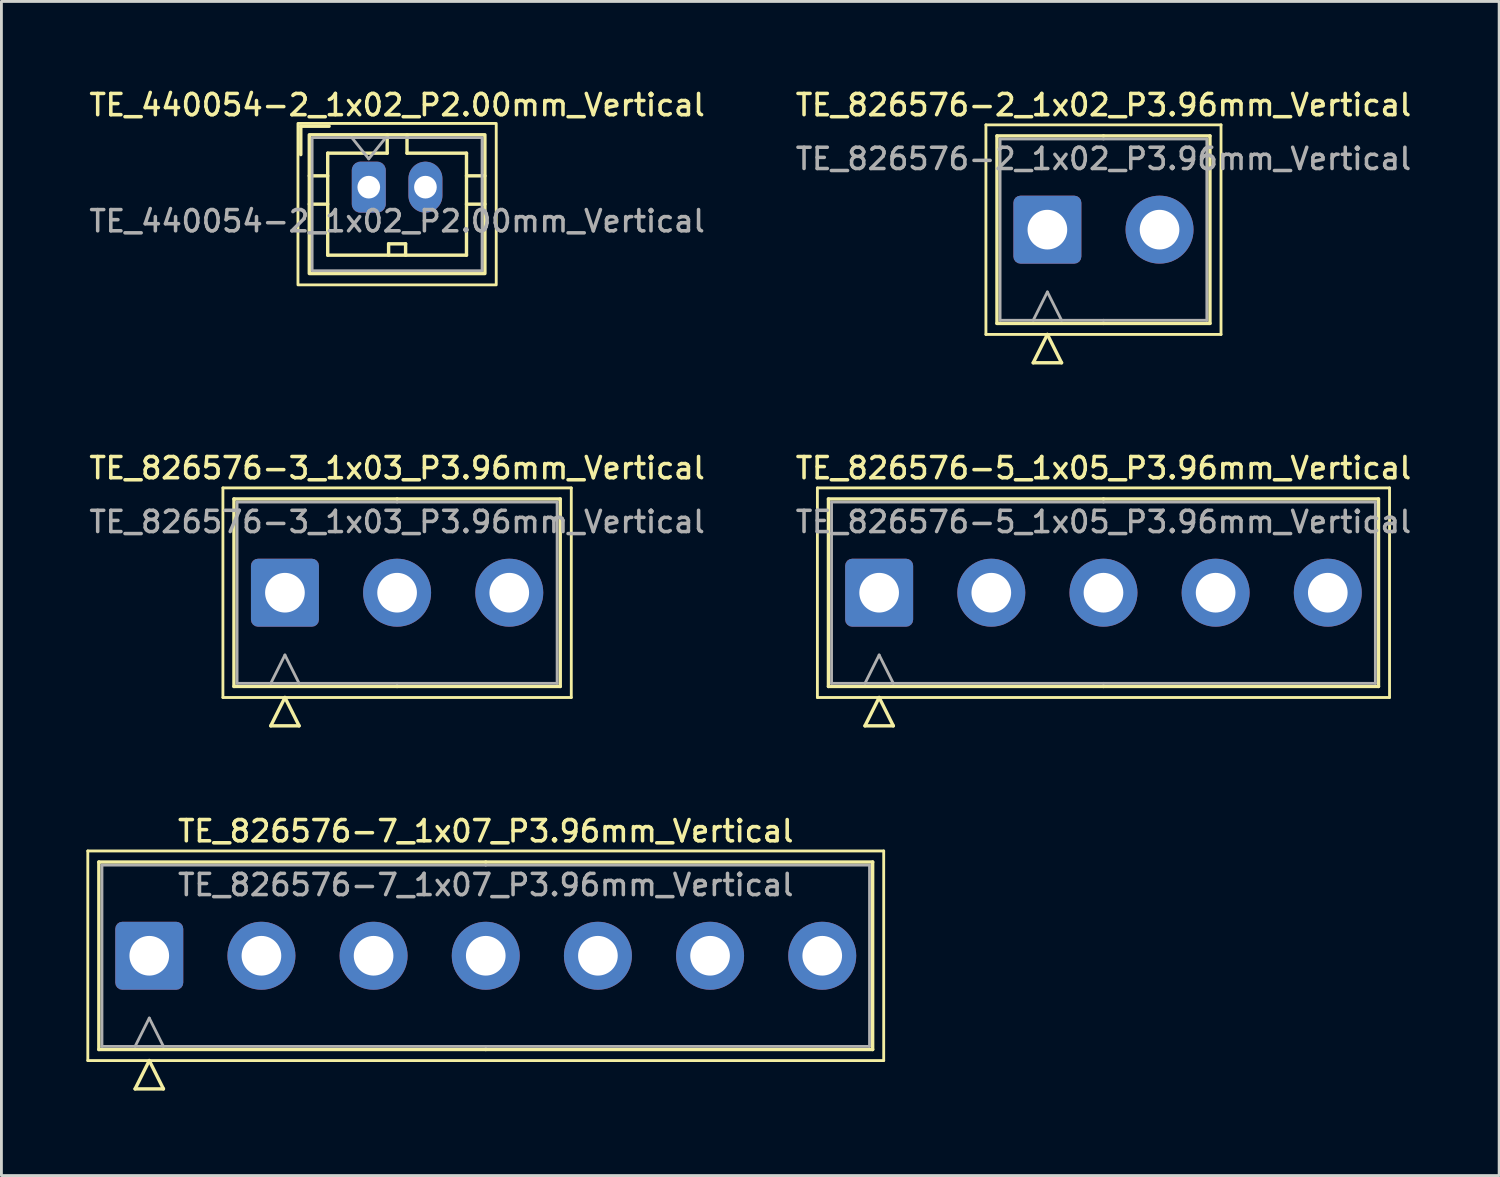
<source format=kicad_pcb>
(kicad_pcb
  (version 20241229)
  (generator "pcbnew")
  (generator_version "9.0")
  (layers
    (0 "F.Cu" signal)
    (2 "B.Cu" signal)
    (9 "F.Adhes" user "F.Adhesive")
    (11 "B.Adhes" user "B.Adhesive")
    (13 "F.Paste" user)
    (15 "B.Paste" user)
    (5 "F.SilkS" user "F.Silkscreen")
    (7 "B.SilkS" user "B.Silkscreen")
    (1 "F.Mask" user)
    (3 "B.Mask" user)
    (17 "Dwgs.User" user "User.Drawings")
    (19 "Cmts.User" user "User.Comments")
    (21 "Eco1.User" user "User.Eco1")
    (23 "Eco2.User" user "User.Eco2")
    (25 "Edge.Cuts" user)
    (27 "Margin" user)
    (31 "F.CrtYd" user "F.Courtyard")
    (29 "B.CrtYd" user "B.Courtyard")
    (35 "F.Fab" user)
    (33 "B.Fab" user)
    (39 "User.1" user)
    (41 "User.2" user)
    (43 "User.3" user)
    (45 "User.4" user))
  (footprint "TE_826576-3_1x03_P3.96mm_Vertical"
    (layer "F.Cu")
    (at 7.01 17.876)
    (property "Reference" "TE_826576-3_1x03_P3.96mm_Vertical" (at 3.96 -4.4 0) (layer "F.SilkS") (effects (font (size 0.75 0.75) (thickness 0.125))))
    (attr through_hole)
    (fp_line (start -2.19 -3.7) (end -2.19 3.7) (stroke (width 0.1) (type solid)) (layer "F.SilkS"))
    (fp_line (start -2.19 3.7) (end 10.11 3.7) (stroke (width 0.1) (type solid)) (layer "F.SilkS"))
    (fp_line (start -1.8 -3.31) (end -1.8 3.31) (stroke (width 0.12) (type solid)) (layer "F.SilkS"))
    (fp_line (start -1.8 3.31) (end 3.96 3.31) (stroke (width 0.12) (type solid)) (layer "F.SilkS"))
    (fp_line (start -0.5 4.7) (end 0 3.7) (stroke (width 0.12) (type solid)) (layer "F.SilkS"))
    (fp_line (start 0 3.7) (end 0.5 4.7) (stroke (width 0.12) (type solid)) (layer "F.SilkS"))
    (fp_line (start 0.5 4.7) (end -0.5 4.7) (stroke (width 0.12) (type solid)) (layer "F.SilkS"))
    (fp_line (start 3.96 -3.31) (end -1.8 -3.31) (stroke (width 0.12) (type solid)) (layer "F.SilkS"))
    (fp_line (start 3.96 -3.31) (end 9.72 -3.31) (stroke (width 0.12) (type solid)) (layer "F.SilkS"))
    (fp_line (start 9.72 -3.31) (end 9.72 3.31) (stroke (width 0.12) (type solid)) (layer "F.SilkS"))
    (fp_line (start 9.72 3.31) (end 3.96 3.31) (stroke (width 0.12) (type solid)) (layer "F.SilkS"))
    (fp_line (start 10.11 -3.7) (end -2.19 -3.7) (stroke (width 0.1) (type solid)) (layer "F.SilkS"))
    (fp_line (start 10.11 3.7) (end 10.11 -3.7) (stroke (width 0.1) (type solid)) (layer "F.SilkS"))
    (fp_line (start -1.69 -3.2) (end -1.69 3.2) (stroke (width 0.1) (type solid)) (layer "F.Fab"))
    (fp_line (start -1.69 3.2) (end 3.96 3.2) (stroke (width 0.1) (type solid)) (layer "F.Fab"))
    (fp_line (start -0.5 3.2) (end 0 2.2) (stroke (width 0.1) (type solid)) (layer "F.Fab"))
    (fp_line (start 0 2.2) (end 0.5 3.2) (stroke (width 0.1) (type solid)) (layer "F.Fab"))
    (fp_line (start 3.96 -3.2) (end -1.69 -3.2) (stroke (width 0.1) (type solid)) (layer "F.Fab"))
    (fp_line (start 3.96 -3.2) (end 9.61 -3.2) (stroke (width 0.1) (type solid)) (layer "F.Fab"))
    (fp_line (start 9.61 -3.2) (end 9.61 3.2) (stroke (width 0.1) (type solid)) (layer "F.Fab"))
    (fp_line (start 9.61 3.2) (end 3.96 3.2) (stroke (width 0.1) (type solid)) (layer "F.Fab"))
    (fp_text user "${REFERENCE}" (at 3.96 -2.5 0) (layer "F.Fab") (effects (font (size 0.75 0.75) (thickness 0.125))))
    (pad "1" thru_hole roundrect (at 0 0) (size 2.4 2.4) (drill 1.4) (layers "*.Cu" "*.Mask") (roundrect_rratio 0.104))
    (pad "2" thru_hole circle (at 3.96 0) (size 2.4 2.4) (drill 1.4) (layers "*.Cu" "*.Mask"))
    (pad "3" thru_hole circle (at 7.92 0) (size 2.4 2.4) (drill 1.4) (layers "*.Cu" "*.Mask")))
  (footprint "TE_440054-2_1x02_P2.00mm_Vertical"
    (layer "F.Cu")
    (at 9.97 3.558)
    (property "Reference" "TE_440054-2_1x02_P2.00mm_Vertical" (at 1 -2.9 0) (unlocked yes) (layer "F.SilkS") (effects (font (size 0.75 0.75) (thickness 0.125))))
    (attr through_hole)
    (fp_line (start -2.4 -2.15) (end -2.4 -1.15) (stroke (width 0.12) (type solid)) (layer "F.SilkS"))
    (fp_line (start -2.4 -2.15) (end -1.4 -2.15) (stroke (width 0.12) (type solid)) (layer "F.SilkS"))
    (fp_line (start -2.1 -0.4) (end -1.45 -0.4) (stroke (width 0.12) (type solid)) (layer "F.SilkS"))
    (fp_line (start -2.1 0.6) (end -1.45 0.6) (stroke (width 0.12) (type solid)) (layer "F.SilkS"))
    (fp_line (start -1.45 -1.2) (end 0.65 -1.2) (stroke (width 0.12) (type solid)) (layer "F.SilkS"))
    (fp_line (start -1.45 2.4) (end -1.45 -1.2) (stroke (width 0.12) (type solid)) (layer "F.SilkS"))
    (fp_line (start 0.65 -1.85) (end 0.65 -1.2) (stroke (width 0.12) (type solid)) (layer "F.SilkS"))
    (fp_line (start 0.7 2) (end 1.3 2) (stroke (width 0.12) (type solid)) (layer "F.SilkS"))
    (fp_line (start 0.7 2.4) (end 0.7 2) (stroke (width 0.12) (type solid)) (layer "F.SilkS"))
    (fp_line (start 1.3 2) (end 1.3 2.4) (stroke (width 0.12) (type solid)) (layer "F.SilkS"))
    (fp_line (start 1.35 -1.85) (end 1.35 -1.2) (stroke (width 0.12) (type solid)) (layer "F.SilkS"))
    (fp_line (start 3.45 -1.2) (end 1.35 -1.2) (stroke (width 0.12) (type solid)) (layer "F.SilkS"))
    (fp_line (start 3.45 -1.2) (end 3.45 2.4) (stroke (width 0.12) (type solid)) (layer "F.SilkS"))
    (fp_line (start 3.45 -0.4) (end 4.1 -0.4) (stroke (width 0.12) (type solid)) (layer "F.SilkS"))
    (fp_line (start 3.45 0.6) (end 4.1 0.6) (stroke (width 0.12) (type solid)) (layer "F.SilkS"))
    (fp_line (start 3.45 2.4) (end -1.45 2.4) (stroke (width 0.12) (type solid)) (layer "F.SilkS"))
    (fp_rect (start -2.5 -2.25) (end 4.5 3.45) (stroke (width 0.1) (type solid)) (fill no) (layer "F.SilkS"))
    (fp_rect (start -2.1 -1.85) (end 4.1 3.05) (stroke (width 0.12) (type solid)) (fill no) (layer "F.SilkS"))
    (fp_line (start 0 -1) (end -0.6 -1.75) (stroke (width 0.1) (type solid)) (layer "F.Fab"))
    (fp_line (start 0.6 -1.75) (end 0 -1) (stroke (width 0.1) (type solid)) (layer "F.Fab"))
    (fp_rect (start -2 -1.75) (end 4 2.95) (stroke (width 0.1) (type solid)) (fill no) (layer "F.Fab"))
    (fp_text user "${REFERENCE}" (at 1 1.2 0) (unlocked yes) (layer "F.Fab") (effects (font (size 0.75 0.75) (thickness 0.125))))
    (pad "1" thru_hole roundrect (at 0 0) (size 1.2 1.8) (drill 0.8) (layers "*.Cu" "*.Mask") (roundrect_rratio 0.25))
    (pad "2" thru_hole oval (at 2 0) (size 1.2 1.8) (drill 0.8) (layers "*.Cu" "*.Mask")))
  (footprint "TE_826576-7_1x07_P3.96mm_Vertical"
    (layer "F.Cu")
    (at 2.22 30.694)
    (property "Reference" "TE_826576-7_1x07_P3.96mm_Vertical" (at 11.88 -4.4 0) (layer "F.SilkS") (effects (font (size 0.75 0.75) (thickness 0.125))))
    (attr through_hole)
    (fp_line (start -2.17 -3.7) (end -2.17 3.7) (stroke (width 0.1) (type solid)) (layer "F.SilkS"))
    (fp_line (start -2.17 3.7) (end 25.93 3.7) (stroke (width 0.1) (type solid)) (layer "F.SilkS"))
    (fp_line (start -1.78 -3.31) (end -1.78 3.31) (stroke (width 0.12) (type solid)) (layer "F.SilkS"))
    (fp_line (start -1.78 3.31) (end 11.88 3.31) (stroke (width 0.12) (type solid)) (layer "F.SilkS"))
    (fp_line (start -0.5 4.7) (end 0 3.7) (stroke (width 0.12) (type solid)) (layer "F.SilkS"))
    (fp_line (start 0 3.7) (end 0.5 4.7) (stroke (width 0.12) (type solid)) (layer "F.SilkS"))
    (fp_line (start 0.5 4.7) (end -0.5 4.7) (stroke (width 0.12) (type solid)) (layer "F.SilkS"))
    (fp_line (start 11.88 -3.31) (end -1.78 -3.31) (stroke (width 0.12) (type solid)) (layer "F.SilkS"))
    (fp_line (start 11.88 -3.31) (end 25.54 -3.31) (stroke (width 0.12) (type solid)) (layer "F.SilkS"))
    (fp_line (start 25.54 -3.31) (end 25.54 3.31) (stroke (width 0.12) (type solid)) (layer "F.SilkS"))
    (fp_line (start 25.54 3.31) (end 11.88 3.31) (stroke (width 0.12) (type solid)) (layer "F.SilkS"))
    (fp_line (start 25.93 -3.7) (end -2.17 -3.7) (stroke (width 0.1) (type solid)) (layer "F.SilkS"))
    (fp_line (start 25.93 3.7) (end 25.93 -3.7) (stroke (width 0.1) (type solid)) (layer "F.SilkS"))
    (fp_line (start -1.67 -3.2) (end -1.67 3.2) (stroke (width 0.1) (type solid)) (layer "F.Fab"))
    (fp_line (start -1.67 3.2) (end 11.88 3.2) (stroke (width 0.1) (type solid)) (layer "F.Fab"))
    (fp_line (start -0.5 3.2) (end 0 2.2) (stroke (width 0.1) (type solid)) (layer "F.Fab"))
    (fp_line (start 0 2.2) (end 0.5 3.2) (stroke (width 0.1) (type solid)) (layer "F.Fab"))
    (fp_line (start 11.88 -3.2) (end -1.67 -3.2) (stroke (width 0.1) (type solid)) (layer "F.Fab"))
    (fp_line (start 11.88 -3.2) (end 25.43 -3.2) (stroke (width 0.1) (type solid)) (layer "F.Fab"))
    (fp_line (start 25.43 -3.2) (end 25.43 3.2) (stroke (width 0.1) (type solid)) (layer "F.Fab"))
    (fp_line (start 25.43 3.2) (end 11.88 3.2) (stroke (width 0.1) (type solid)) (layer "F.Fab"))
    (fp_text user "${REFERENCE}" (at 11.88 -2.5 0) (layer "F.Fab") (effects (font (size 0.75 0.75) (thickness 0.125))))
    (pad "1" thru_hole roundrect (at 0 0) (size 2.4 2.4) (drill 1.4) (layers "*.Cu" "*.Mask") (roundrect_rratio 0.104))
    (pad "2" thru_hole circle (at 3.96 0) (size 2.4 2.4) (drill 1.4) (layers "*.Cu" "*.Mask"))
    (pad "3" thru_hole circle (at 7.92 0) (size 2.4 2.4) (drill 1.4) (layers "*.Cu" "*.Mask"))
    (pad "4" thru_hole circle (at 11.88 0) (size 2.4 2.4) (drill 1.4) (layers "*.Cu" "*.Mask"))
    (pad "5" thru_hole circle (at 15.84 0) (size 2.4 2.4) (drill 1.4) (layers "*.Cu" "*.Mask"))
    (pad "6" thru_hole circle (at 19.8 0) (size 2.4 2.4) (drill 1.4) (layers "*.Cu" "*.Mask"))
    (pad "7" thru_hole circle (at 23.76 0) (size 2.4 2.4) (drill 1.4) (layers "*.Cu" "*.Mask")))
  (footprint "TE_826576-2_1x02_P3.96mm_Vertical"
    (layer "F.Cu")
    (at 33.929 5.058)
    (property "Reference" "TE_826576-2_1x02_P3.96mm_Vertical" (at 1.98 -4.4 0) (layer "F.SilkS") (effects (font (size 0.75 0.75) (thickness 0.125))))
    (attr through_hole)
    (fp_line (start -2.17 -3.7) (end -2.17 3.7) (stroke (width 0.1) (type solid)) (layer "F.SilkS"))
    (fp_line (start -2.17 3.7) (end 6.13 3.7) (stroke (width 0.1) (type solid)) (layer "F.SilkS"))
    (fp_line (start -1.78 -3.31) (end -1.78 3.31) (stroke (width 0.12) (type solid)) (layer "F.SilkS"))
    (fp_line (start -1.78 3.31) (end 1.98 3.31) (stroke (width 0.12) (type solid)) (layer "F.SilkS"))
    (fp_line (start -0.5 4.7) (end 0 3.7) (stroke (width 0.12) (type solid)) (layer "F.SilkS"))
    (fp_line (start 0 3.7) (end 0.5 4.7) (stroke (width 0.12) (type solid)) (layer "F.SilkS"))
    (fp_line (start 0.5 4.7) (end -0.5 4.7) (stroke (width 0.12) (type solid)) (layer "F.SilkS"))
    (fp_line (start 1.98 -3.31) (end -1.78 -3.31) (stroke (width 0.12) (type solid)) (layer "F.SilkS"))
    (fp_line (start 1.98 -3.31) (end 5.74 -3.31) (stroke (width 0.12) (type solid)) (layer "F.SilkS"))
    (fp_line (start 5.74 -3.31) (end 5.74 3.31) (stroke (width 0.12) (type solid)) (layer "F.SilkS"))
    (fp_line (start 5.74 3.31) (end 1.98 3.31) (stroke (width 0.12) (type solid)) (layer "F.SilkS"))
    (fp_line (start 6.13 -3.7) (end -2.17 -3.7) (stroke (width 0.1) (type solid)) (layer "F.SilkS"))
    (fp_line (start 6.13 3.7) (end 6.13 -3.7) (stroke (width 0.1) (type solid)) (layer "F.SilkS"))
    (fp_line (start -1.67 -3.2) (end -1.67 3.2) (stroke (width 0.1) (type solid)) (layer "F.Fab"))
    (fp_line (start -1.67 3.2) (end 1.98 3.2) (stroke (width 0.1) (type solid)) (layer "F.Fab"))
    (fp_line (start -0.5 3.2) (end 0 2.2) (stroke (width 0.1) (type solid)) (layer "F.Fab"))
    (fp_line (start 0 2.2) (end 0.5 3.2) (stroke (width 0.1) (type solid)) (layer "F.Fab"))
    (fp_line (start 1.98 -3.2) (end -1.67 -3.2) (stroke (width 0.1) (type solid)) (layer "F.Fab"))
    (fp_line (start 1.98 -3.2) (end 5.63 -3.2) (stroke (width 0.1) (type solid)) (layer "F.Fab"))
    (fp_line (start 5.63 -3.2) (end 5.63 3.2) (stroke (width 0.1) (type solid)) (layer "F.Fab"))
    (fp_line (start 5.63 3.2) (end 1.98 3.2) (stroke (width 0.1) (type solid)) (layer "F.Fab"))
    (fp_text user "${REFERENCE}" (at 1.98 -2.5 0) (layer "F.Fab") (effects (font (size 0.75 0.75) (thickness 0.125))))
    (pad "1" thru_hole roundrect (at 0 0) (size 2.4 2.4) (drill 1.4) (layers "*.Cu" "*.Mask") (roundrect_rratio 0.104))
    (pad "2" thru_hole circle (at 3.96 0) (size 2.4 2.4) (drill 1.4) (layers "*.Cu" "*.Mask")))
  (footprint "TE_826576-5_1x05_P3.96mm_Vertical"
    (layer "F.Cu")
    (at 27.989 17.876)
    (property "Reference" "TE_826576-5_1x05_P3.96mm_Vertical" (at 7.92 -4.4 0) (layer "F.SilkS") (effects (font (size 0.75 0.75) (thickness 0.125))))
    (attr through_hole)
    (fp_line (start -2.18 -3.7) (end -2.18 3.7) (stroke (width 0.1) (type solid)) (layer "F.SilkS"))
    (fp_line (start -2.18 3.7) (end 18.02 3.7) (stroke (width 0.1) (type solid)) (layer "F.SilkS"))
    (fp_line (start -1.79 -3.31) (end -1.79 3.31) (stroke (width 0.12) (type solid)) (layer "F.SilkS"))
    (fp_line (start -1.79 3.31) (end 7.92 3.31) (stroke (width 0.12) (type solid)) (layer "F.SilkS"))
    (fp_line (start -0.5 4.7) (end 0 3.7) (stroke (width 0.12) (type solid)) (layer "F.SilkS"))
    (fp_line (start 0 3.7) (end 0.5 4.7) (stroke (width 0.12) (type solid)) (layer "F.SilkS"))
    (fp_line (start 0.5 4.7) (end -0.5 4.7) (stroke (width 0.12) (type solid)) (layer "F.SilkS"))
    (fp_line (start 7.92 -3.31) (end -1.79 -3.31) (stroke (width 0.12) (type solid)) (layer "F.SilkS"))
    (fp_line (start 7.92 -3.31) (end 17.63 -3.31) (stroke (width 0.12) (type solid)) (layer "F.SilkS"))
    (fp_line (start 17.63 -3.31) (end 17.63 3.31) (stroke (width 0.12) (type solid)) (layer "F.SilkS"))
    (fp_line (start 17.63 3.31) (end 7.92 3.31) (stroke (width 0.12) (type solid)) (layer "F.SilkS"))
    (fp_line (start 18.02 -3.7) (end -2.18 -3.7) (stroke (width 0.1) (type solid)) (layer "F.SilkS"))
    (fp_line (start 18.02 3.7) (end 18.02 -3.7) (stroke (width 0.1) (type solid)) (layer "F.SilkS"))
    (fp_line (start -1.68 -3.2) (end -1.68 3.2) (stroke (width 0.1) (type solid)) (layer "F.Fab"))
    (fp_line (start -1.68 3.2) (end 7.92 3.2) (stroke (width 0.1) (type solid)) (layer "F.Fab"))
    (fp_line (start -0.5 3.2) (end 0 2.2) (stroke (width 0.1) (type solid)) (layer "F.Fab"))
    (fp_line (start 0 2.2) (end 0.5 3.2) (stroke (width 0.1) (type solid)) (layer "F.Fab"))
    (fp_line (start 7.92 -3.2) (end -1.68 -3.2) (stroke (width 0.1) (type solid)) (layer "F.Fab"))
    (fp_line (start 7.92 -3.2) (end 17.52 -3.2) (stroke (width 0.1) (type solid)) (layer "F.Fab"))
    (fp_line (start 17.52 -3.2) (end 17.52 3.2) (stroke (width 0.1) (type solid)) (layer "F.Fab"))
    (fp_line (start 17.52 3.2) (end 7.92 3.2) (stroke (width 0.1) (type solid)) (layer "F.Fab"))
    (fp_text user "${REFERENCE}" (at 7.92 -2.5 0) (layer "F.Fab") (effects (font (size 0.75 0.75) (thickness 0.125))))
    (pad "1" thru_hole roundrect (at 0 0) (size 2.4 2.4) (drill 1.4) (layers "*.Cu" "*.Mask") (roundrect_rratio 0.104))
    (pad "2" thru_hole circle (at 3.96 0) (size 2.4 2.4) (drill 1.4) (layers "*.Cu" "*.Mask"))
    (pad "3" thru_hole circle (at 7.92 0) (size 2.4 2.4) (drill 1.4) (layers "*.Cu" "*.Mask"))
    (pad "4" thru_hole circle (at 11.88 0) (size 2.4 2.4) (drill 1.4) (layers "*.Cu" "*.Mask"))
    (pad "5" thru_hole circle (at 15.84 0) (size 2.4 2.4) (drill 1.4) (layers "*.Cu" "*.Mask")))
  (gr_rect
    (start -3 -3)
    (end 49.879 38.454)
    (stroke (width 0.1) (type default))
    (fill no)
    (layer "Edge.Cuts")))
</source>
